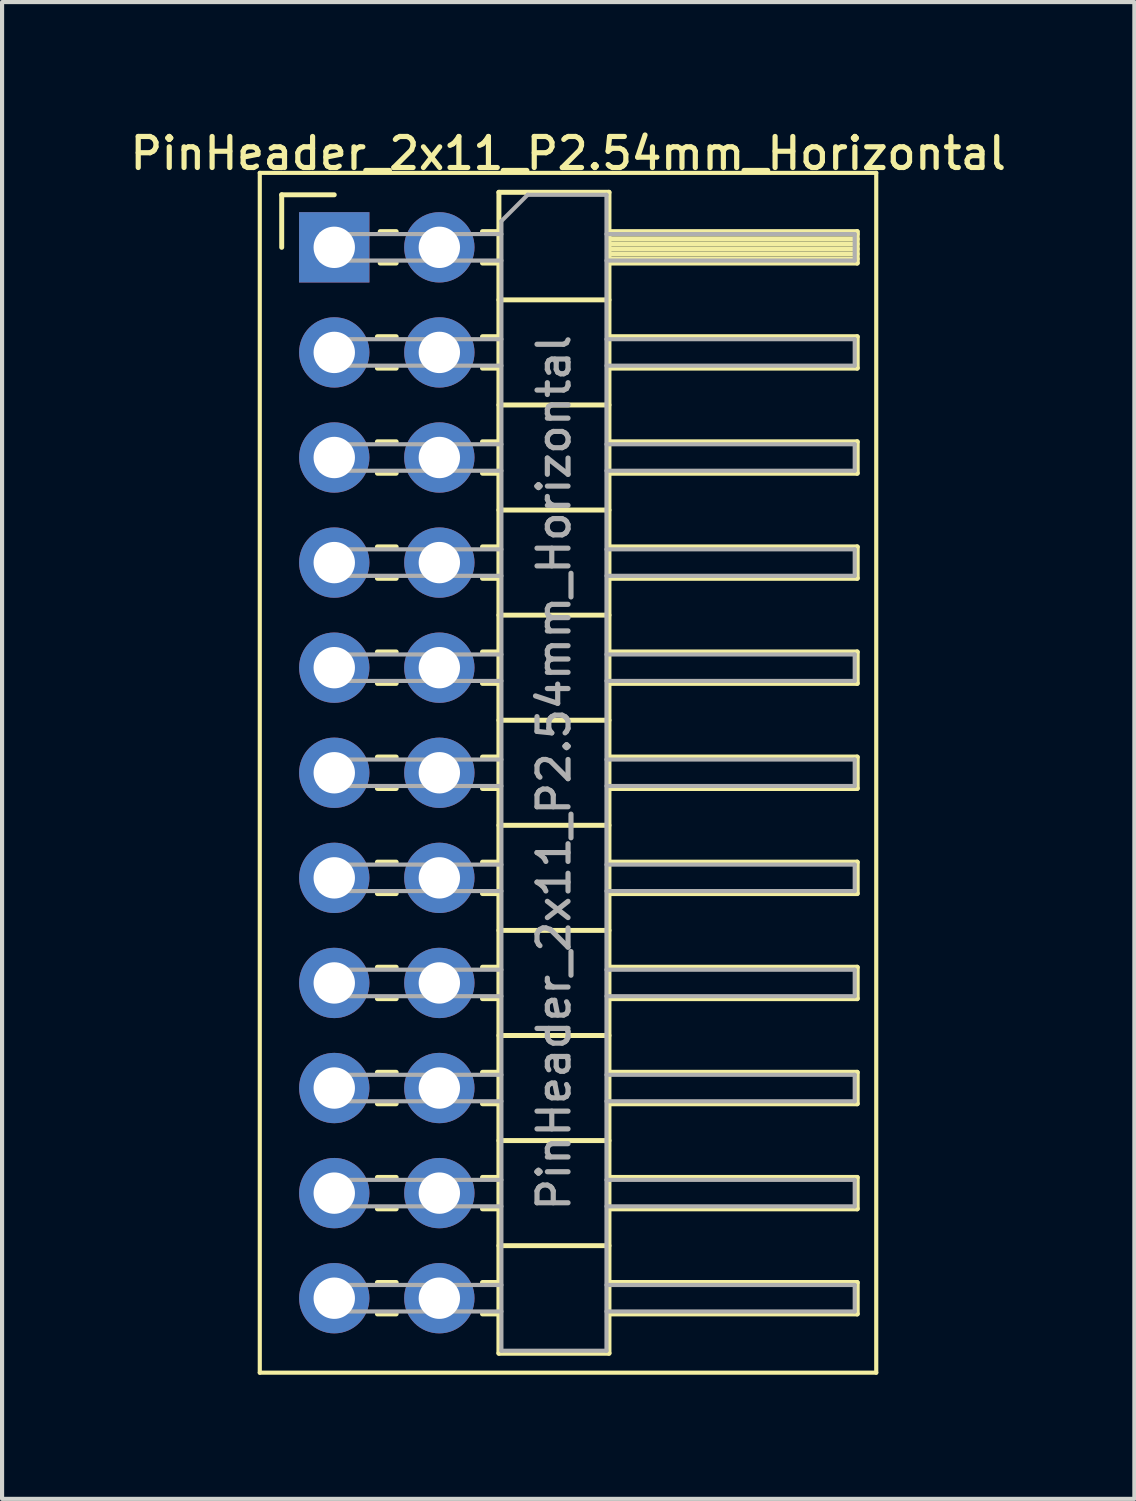
<source format=kicad_pcb>
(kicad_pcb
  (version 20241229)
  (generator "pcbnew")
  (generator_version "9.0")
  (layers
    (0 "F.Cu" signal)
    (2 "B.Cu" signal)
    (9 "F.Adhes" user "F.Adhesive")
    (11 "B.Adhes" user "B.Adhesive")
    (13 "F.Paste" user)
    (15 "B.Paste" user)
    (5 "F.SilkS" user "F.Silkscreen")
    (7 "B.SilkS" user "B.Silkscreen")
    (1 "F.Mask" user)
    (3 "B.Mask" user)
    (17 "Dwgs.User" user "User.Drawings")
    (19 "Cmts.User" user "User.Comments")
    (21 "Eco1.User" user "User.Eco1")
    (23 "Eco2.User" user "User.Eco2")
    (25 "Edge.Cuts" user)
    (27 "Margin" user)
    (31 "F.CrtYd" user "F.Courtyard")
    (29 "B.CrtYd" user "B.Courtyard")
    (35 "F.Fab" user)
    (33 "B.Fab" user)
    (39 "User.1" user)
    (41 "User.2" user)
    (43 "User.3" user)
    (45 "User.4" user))
  (footprint "PinHeader_2x11_P2.54mm_Horizontal"
    (layer "F.Cu")
    (at 5.029 2.928)
    (property "Reference" "PinHeader_2x11_P2.54mm_Horizontal" (at 5.655 -2.27 0) (layer "F.SilkS") (effects (font (size 0.75 0.75) (thickness 0.125))))
    (attr through_hole)
    (fp_line (start -1.8 -1.8) (end -1.8 27.2) (stroke (width 0.1) (type solid)) (layer "F.SilkS"))
    (fp_line (start -1.8 27.2) (end 13.1 27.2) (stroke (width 0.1) (type solid)) (layer "F.SilkS"))
    (fp_line (start -1.27 -1.27) (end 0 -1.27) (stroke (width 0.12) (type solid)) (layer "F.SilkS"))
    (fp_line (start -1.27 0) (end -1.27 -1.27) (stroke (width 0.12) (type solid)) (layer "F.SilkS"))
    (fp_line (start 1.043 2.16) (end 1.497 2.16) (stroke (width 0.12) (type solid)) (layer "F.SilkS"))
    (fp_line (start 1.043 2.92) (end 1.497 2.92) (stroke (width 0.12) (type solid)) (layer "F.SilkS"))
    (fp_line (start 1.043 4.7) (end 1.497 4.7) (stroke (width 0.12) (type solid)) (layer "F.SilkS"))
    (fp_line (start 1.043 5.46) (end 1.497 5.46) (stroke (width 0.12) (type solid)) (layer "F.SilkS"))
    (fp_line (start 1.043 7.24) (end 1.497 7.24) (stroke (width 0.12) (type solid)) (layer "F.SilkS"))
    (fp_line (start 1.043 8) (end 1.497 8) (stroke (width 0.12) (type solid)) (layer "F.SilkS"))
    (fp_line (start 1.043 9.78) (end 1.497 9.78) (stroke (width 0.12) (type solid)) (layer "F.SilkS"))
    (fp_line (start 1.043 10.54) (end 1.497 10.54) (stroke (width 0.12) (type solid)) (layer "F.SilkS"))
    (fp_line (start 1.043 12.32) (end 1.497 12.32) (stroke (width 0.12) (type solid)) (layer "F.SilkS"))
    (fp_line (start 1.043 13.08) (end 1.497 13.08) (stroke (width 0.12) (type solid)) (layer "F.SilkS"))
    (fp_line (start 1.043 14.86) (end 1.497 14.86) (stroke (width 0.12) (type solid)) (layer "F.SilkS"))
    (fp_line (start 1.043 15.62) (end 1.497 15.62) (stroke (width 0.12) (type solid)) (layer "F.SilkS"))
    (fp_line (start 1.043 17.4) (end 1.497 17.4) (stroke (width 0.12) (type solid)) (layer "F.SilkS"))
    (fp_line (start 1.043 18.16) (end 1.497 18.16) (stroke (width 0.12) (type solid)) (layer "F.SilkS"))
    (fp_line (start 1.043 19.94) (end 1.497 19.94) (stroke (width 0.12) (type solid)) (layer "F.SilkS"))
    (fp_line (start 1.043 20.7) (end 1.497 20.7) (stroke (width 0.12) (type solid)) (layer "F.SilkS"))
    (fp_line (start 1.043 22.48) (end 1.497 22.48) (stroke (width 0.12) (type solid)) (layer "F.SilkS"))
    (fp_line (start 1.043 23.24) (end 1.497 23.24) (stroke (width 0.12) (type solid)) (layer "F.SilkS"))
    (fp_line (start 1.043 25.02) (end 1.497 25.02) (stroke (width 0.12) (type solid)) (layer "F.SilkS"))
    (fp_line (start 1.043 25.78) (end 1.497 25.78) (stroke (width 0.12) (type solid)) (layer "F.SilkS"))
    (fp_line (start 1.11 -0.38) (end 1.497 -0.38) (stroke (width 0.12) (type solid)) (layer "F.SilkS"))
    (fp_line (start 1.11 0.38) (end 1.497 0.38) (stroke (width 0.12) (type solid)) (layer "F.SilkS"))
    (fp_line (start 3.583 -0.38) (end 3.98 -0.38) (stroke (width 0.12) (type solid)) (layer "F.SilkS"))
    (fp_line (start 3.583 0.38) (end 3.98 0.38) (stroke (width 0.12) (type solid)) (layer "F.SilkS"))
    (fp_line (start 3.583 2.16) (end 3.98 2.16) (stroke (width 0.12) (type solid)) (layer "F.SilkS"))
    (fp_line (start 3.583 2.92) (end 3.98 2.92) (stroke (width 0.12) (type solid)) (layer "F.SilkS"))
    (fp_line (start 3.583 4.7) (end 3.98 4.7) (stroke (width 0.12) (type solid)) (layer "F.SilkS"))
    (fp_line (start 3.583 5.46) (end 3.98 5.46) (stroke (width 0.12) (type solid)) (layer "F.SilkS"))
    (fp_line (start 3.583 7.24) (end 3.98 7.24) (stroke (width 0.12) (type solid)) (layer "F.SilkS"))
    (fp_line (start 3.583 8) (end 3.98 8) (stroke (width 0.12) (type solid)) (layer "F.SilkS"))
    (fp_line (start 3.583 9.78) (end 3.98 9.78) (stroke (width 0.12) (type solid)) (layer "F.SilkS"))
    (fp_line (start 3.583 10.54) (end 3.98 10.54) (stroke (width 0.12) (type solid)) (layer "F.SilkS"))
    (fp_line (start 3.583 12.32) (end 3.98 12.32) (stroke (width 0.12) (type solid)) (layer "F.SilkS"))
    (fp_line (start 3.583 13.08) (end 3.98 13.08) (stroke (width 0.12) (type solid)) (layer "F.SilkS"))
    (fp_line (start 3.583 14.86) (end 3.98 14.86) (stroke (width 0.12) (type solid)) (layer "F.SilkS"))
    (fp_line (start 3.583 15.62) (end 3.98 15.62) (stroke (width 0.12) (type solid)) (layer "F.SilkS"))
    (fp_line (start 3.583 17.4) (end 3.98 17.4) (stroke (width 0.12) (type solid)) (layer "F.SilkS"))
    (fp_line (start 3.583 18.16) (end 3.98 18.16) (stroke (width 0.12) (type solid)) (layer "F.SilkS"))
    (fp_line (start 3.583 19.94) (end 3.98 19.94) (stroke (width 0.12) (type solid)) (layer "F.SilkS"))
    (fp_line (start 3.583 20.7) (end 3.98 20.7) (stroke (width 0.12) (type solid)) (layer "F.SilkS"))
    (fp_line (start 3.583 22.48) (end 3.98 22.48) (stroke (width 0.12) (type solid)) (layer "F.SilkS"))
    (fp_line (start 3.583 23.24) (end 3.98 23.24) (stroke (width 0.12) (type solid)) (layer "F.SilkS"))
    (fp_line (start 3.583 25.02) (end 3.98 25.02) (stroke (width 0.12) (type solid)) (layer "F.SilkS"))
    (fp_line (start 3.583 25.78) (end 3.98 25.78) (stroke (width 0.12) (type solid)) (layer "F.SilkS"))
    (fp_line (start 3.98 -1.33) (end 3.98 26.73) (stroke (width 0.12) (type solid)) (layer "F.SilkS"))
    (fp_line (start 3.98 1.27) (end 6.64 1.27) (stroke (width 0.12) (type solid)) (layer "F.SilkS"))
    (fp_line (start 3.98 3.81) (end 6.64 3.81) (stroke (width 0.12) (type solid)) (layer "F.SilkS"))
    (fp_line (start 3.98 6.35) (end 6.64 6.35) (stroke (width 0.12) (type solid)) (layer "F.SilkS"))
    (fp_line (start 3.98 8.89) (end 6.64 8.89) (stroke (width 0.12) (type solid)) (layer "F.SilkS"))
    (fp_line (start 3.98 11.43) (end 6.64 11.43) (stroke (width 0.12) (type solid)) (layer "F.SilkS"))
    (fp_line (start 3.98 13.97) (end 6.64 13.97) (stroke (width 0.12) (type solid)) (layer "F.SilkS"))
    (fp_line (start 3.98 16.51) (end 6.64 16.51) (stroke (width 0.12) (type solid)) (layer "F.SilkS"))
    (fp_line (start 3.98 19.05) (end 6.64 19.05) (stroke (width 0.12) (type solid)) (layer "F.SilkS"))
    (fp_line (start 3.98 21.59) (end 6.64 21.59) (stroke (width 0.12) (type solid)) (layer "F.SilkS"))
    (fp_line (start 3.98 24.13) (end 6.64 24.13) (stroke (width 0.12) (type solid)) (layer "F.SilkS"))
    (fp_line (start 3.98 26.73) (end 6.64 26.73) (stroke (width 0.12) (type solid)) (layer "F.SilkS"))
    (fp_line (start 6.64 -1.33) (end 3.98 -1.33) (stroke (width 0.12) (type solid)) (layer "F.SilkS"))
    (fp_line (start 6.64 -0.38) (end 12.64 -0.38) (stroke (width 0.12) (type solid)) (layer "F.SilkS"))
    (fp_line (start 6.64 -0.32) (end 12.64 -0.32) (stroke (width 0.12) (type solid)) (layer "F.SilkS"))
    (fp_line (start 6.64 -0.2) (end 12.64 -0.2) (stroke (width 0.12) (type solid)) (layer "F.SilkS"))
    (fp_line (start 6.64 -0.08) (end 12.64 -0.08) (stroke (width 0.12) (type solid)) (layer "F.SilkS"))
    (fp_line (start 6.64 0.04) (end 12.64 0.04) (stroke (width 0.12) (type solid)) (layer "F.SilkS"))
    (fp_line (start 6.64 0.16) (end 12.64 0.16) (stroke (width 0.12) (type solid)) (layer "F.SilkS"))
    (fp_line (start 6.64 0.28) (end 12.64 0.28) (stroke (width 0.12) (type solid)) (layer "F.SilkS"))
    (fp_line (start 6.64 2.16) (end 12.64 2.16) (stroke (width 0.12) (type solid)) (layer "F.SilkS"))
    (fp_line (start 6.64 4.7) (end 12.64 4.7) (stroke (width 0.12) (type solid)) (layer "F.SilkS"))
    (fp_line (start 6.64 7.24) (end 12.64 7.24) (stroke (width 0.12) (type solid)) (layer "F.SilkS"))
    (fp_line (start 6.64 9.78) (end 12.64 9.78) (stroke (width 0.12) (type solid)) (layer "F.SilkS"))
    (fp_line (start 6.64 12.32) (end 12.64 12.32) (stroke (width 0.12) (type solid)) (layer "F.SilkS"))
    (fp_line (start 6.64 14.86) (end 12.64 14.86) (stroke (width 0.12) (type solid)) (layer "F.SilkS"))
    (fp_line (start 6.64 17.4) (end 12.64 17.4) (stroke (width 0.12) (type solid)) (layer "F.SilkS"))
    (fp_line (start 6.64 19.94) (end 12.64 19.94) (stroke (width 0.12) (type solid)) (layer "F.SilkS"))
    (fp_line (start 6.64 22.48) (end 12.64 22.48) (stroke (width 0.12) (type solid)) (layer "F.SilkS"))
    (fp_line (start 6.64 25.02) (end 12.64 25.02) (stroke (width 0.12) (type solid)) (layer "F.SilkS"))
    (fp_line (start 6.64 26.73) (end 6.64 -1.33) (stroke (width 0.12) (type solid)) (layer "F.SilkS"))
    (fp_line (start 12.64 -0.38) (end 12.64 0.38) (stroke (width 0.12) (type solid)) (layer "F.SilkS"))
    (fp_line (start 12.64 0.38) (end 6.64 0.38) (stroke (width 0.12) (type solid)) (layer "F.SilkS"))
    (fp_line (start 12.64 2.16) (end 12.64 2.92) (stroke (width 0.12) (type solid)) (layer "F.SilkS"))
    (fp_line (start 12.64 2.92) (end 6.64 2.92) (stroke (width 0.12) (type solid)) (layer "F.SilkS"))
    (fp_line (start 12.64 4.7) (end 12.64 5.46) (stroke (width 0.12) (type solid)) (layer "F.SilkS"))
    (fp_line (start 12.64 5.46) (end 6.64 5.46) (stroke (width 0.12) (type solid)) (layer "F.SilkS"))
    (fp_line (start 12.64 7.24) (end 12.64 8) (stroke (width 0.12) (type solid)) (layer "F.SilkS"))
    (fp_line (start 12.64 8) (end 6.64 8) (stroke (width 0.12) (type solid)) (layer "F.SilkS"))
    (fp_line (start 12.64 9.78) (end 12.64 10.54) (stroke (width 0.12) (type solid)) (layer "F.SilkS"))
    (fp_line (start 12.64 10.54) (end 6.64 10.54) (stroke (width 0.12) (type solid)) (layer "F.SilkS"))
    (fp_line (start 12.64 12.32) (end 12.64 13.08) (stroke (width 0.12) (type solid)) (layer "F.SilkS"))
    (fp_line (start 12.64 13.08) (end 6.64 13.08) (stroke (width 0.12) (type solid)) (layer "F.SilkS"))
    (fp_line (start 12.64 14.86) (end 12.64 15.62) (stroke (width 0.12) (type solid)) (layer "F.SilkS"))
    (fp_line (start 12.64 15.62) (end 6.64 15.62) (stroke (width 0.12) (type solid)) (layer "F.SilkS"))
    (fp_line (start 12.64 17.4) (end 12.64 18.16) (stroke (width 0.12) (type solid)) (layer "F.SilkS"))
    (fp_line (start 12.64 18.16) (end 6.64 18.16) (stroke (width 0.12) (type solid)) (layer "F.SilkS"))
    (fp_line (start 12.64 19.94) (end 12.64 20.7) (stroke (width 0.12) (type solid)) (layer "F.SilkS"))
    (fp_line (start 12.64 20.7) (end 6.64 20.7) (stroke (width 0.12) (type solid)) (layer "F.SilkS"))
    (fp_line (start 12.64 22.48) (end 12.64 23.24) (stroke (width 0.12) (type solid)) (layer "F.SilkS"))
    (fp_line (start 12.64 23.24) (end 6.64 23.24) (stroke (width 0.12) (type solid)) (layer "F.SilkS"))
    (fp_line (start 12.64 25.02) (end 12.64 25.78) (stroke (width 0.12) (type solid)) (layer "F.SilkS"))
    (fp_line (start 12.64 25.78) (end 6.64 25.78) (stroke (width 0.12) (type solid)) (layer "F.SilkS"))
    (fp_line (start 13.1 -1.8) (end -1.8 -1.8) (stroke (width 0.1) (type solid)) (layer "F.SilkS"))
    (fp_line (start 13.1 27.2) (end 13.1 -1.8) (stroke (width 0.1) (type solid)) (layer "F.SilkS"))
    (fp_line (start -0.32 -0.32) (end -0.32 0.32) (stroke (width 0.1) (type solid)) (layer "F.Fab"))
    (fp_line (start -0.32 -0.32) (end 4.04 -0.32) (stroke (width 0.1) (type solid)) (layer "F.Fab"))
    (fp_line (start -0.32 0.32) (end 4.04 0.32) (stroke (width 0.1) (type solid)) (layer "F.Fab"))
    (fp_line (start -0.32 2.22) (end -0.32 2.86) (stroke (width 0.1) (type solid)) (layer "F.Fab"))
    (fp_line (start -0.32 2.22) (end 4.04 2.22) (stroke (width 0.1) (type solid)) (layer "F.Fab"))
    (fp_line (start -0.32 2.86) (end 4.04 2.86) (stroke (width 0.1) (type solid)) (layer "F.Fab"))
    (fp_line (start -0.32 4.76) (end -0.32 5.4) (stroke (width 0.1) (type solid)) (layer "F.Fab"))
    (fp_line (start -0.32 4.76) (end 4.04 4.76) (stroke (width 0.1) (type solid)) (layer "F.Fab"))
    (fp_line (start -0.32 5.4) (end 4.04 5.4) (stroke (width 0.1) (type solid)) (layer "F.Fab"))
    (fp_line (start -0.32 7.3) (end -0.32 7.94) (stroke (width 0.1) (type solid)) (layer "F.Fab"))
    (fp_line (start -0.32 7.3) (end 4.04 7.3) (stroke (width 0.1) (type solid)) (layer "F.Fab"))
    (fp_line (start -0.32 7.94) (end 4.04 7.94) (stroke (width 0.1) (type solid)) (layer "F.Fab"))
    (fp_line (start -0.32 9.84) (end -0.32 10.48) (stroke (width 0.1) (type solid)) (layer "F.Fab"))
    (fp_line (start -0.32 9.84) (end 4.04 9.84) (stroke (width 0.1) (type solid)) (layer "F.Fab"))
    (fp_line (start -0.32 10.48) (end 4.04 10.48) (stroke (width 0.1) (type solid)) (layer "F.Fab"))
    (fp_line (start -0.32 12.38) (end -0.32 13.02) (stroke (width 0.1) (type solid)) (layer "F.Fab"))
    (fp_line (start -0.32 12.38) (end 4.04 12.38) (stroke (width 0.1) (type solid)) (layer "F.Fab"))
    (fp_line (start -0.32 13.02) (end 4.04 13.02) (stroke (width 0.1) (type solid)) (layer "F.Fab"))
    (fp_line (start -0.32 14.92) (end -0.32 15.56) (stroke (width 0.1) (type solid)) (layer "F.Fab"))
    (fp_line (start -0.32 14.92) (end 4.04 14.92) (stroke (width 0.1) (type solid)) (layer "F.Fab"))
    (fp_line (start -0.32 15.56) (end 4.04 15.56) (stroke (width 0.1) (type solid)) (layer "F.Fab"))
    (fp_line (start -0.32 17.46) (end -0.32 18.1) (stroke (width 0.1) (type solid)) (layer "F.Fab"))
    (fp_line (start -0.32 17.46) (end 4.04 17.46) (stroke (width 0.1) (type solid)) (layer "F.Fab"))
    (fp_line (start -0.32 18.1) (end 4.04 18.1) (stroke (width 0.1) (type solid)) (layer "F.Fab"))
    (fp_line (start -0.32 20) (end -0.32 20.64) (stroke (width 0.1) (type solid)) (layer "F.Fab"))
    (fp_line (start -0.32 20) (end 4.04 20) (stroke (width 0.1) (type solid)) (layer "F.Fab"))
    (fp_line (start -0.32 20.64) (end 4.04 20.64) (stroke (width 0.1) (type solid)) (layer "F.Fab"))
    (fp_line (start -0.32 22.54) (end -0.32 23.18) (stroke (width 0.1) (type solid)) (layer "F.Fab"))
    (fp_line (start -0.32 22.54) (end 4.04 22.54) (stroke (width 0.1) (type solid)) (layer "F.Fab"))
    (fp_line (start -0.32 23.18) (end 4.04 23.18) (stroke (width 0.1) (type solid)) (layer "F.Fab"))
    (fp_line (start -0.32 25.08) (end -0.32 25.72) (stroke (width 0.1) (type solid)) (layer "F.Fab"))
    (fp_line (start -0.32 25.08) (end 4.04 25.08) (stroke (width 0.1) (type solid)) (layer "F.Fab"))
    (fp_line (start -0.32 25.72) (end 4.04 25.72) (stroke (width 0.1) (type solid)) (layer "F.Fab"))
    (fp_line (start 4.04 -0.635) (end 4.675 -1.27) (stroke (width 0.1) (type solid)) (layer "F.Fab"))
    (fp_line (start 4.04 26.67) (end 4.04 -0.635) (stroke (width 0.1) (type solid)) (layer "F.Fab"))
    (fp_line (start 4.675 -1.27) (end 6.58 -1.27) (stroke (width 0.1) (type solid)) (layer "F.Fab"))
    (fp_line (start 6.58 -1.27) (end 6.58 26.67) (stroke (width 0.1) (type solid)) (layer "F.Fab"))
    (fp_line (start 6.58 -0.32) (end 12.58 -0.32) (stroke (width 0.1) (type solid)) (layer "F.Fab"))
    (fp_line (start 6.58 0.32) (end 12.58 0.32) (stroke (width 0.1) (type solid)) (layer "F.Fab"))
    (fp_line (start 6.58 2.22) (end 12.58 2.22) (stroke (width 0.1) (type solid)) (layer "F.Fab"))
    (fp_line (start 6.58 2.86) (end 12.58 2.86) (stroke (width 0.1) (type solid)) (layer "F.Fab"))
    (fp_line (start 6.58 4.76) (end 12.58 4.76) (stroke (width 0.1) (type solid)) (layer "F.Fab"))
    (fp_line (start 6.58 5.4) (end 12.58 5.4) (stroke (width 0.1) (type solid)) (layer "F.Fab"))
    (fp_line (start 6.58 7.3) (end 12.58 7.3) (stroke (width 0.1) (type solid)) (layer "F.Fab"))
    (fp_line (start 6.58 7.94) (end 12.58 7.94) (stroke (width 0.1) (type solid)) (layer "F.Fab"))
    (fp_line (start 6.58 9.84) (end 12.58 9.84) (stroke (width 0.1) (type solid)) (layer "F.Fab"))
    (fp_line (start 6.58 10.48) (end 12.58 10.48) (stroke (width 0.1) (type solid)) (layer "F.Fab"))
    (fp_line (start 6.58 12.38) (end 12.58 12.38) (stroke (width 0.1) (type solid)) (layer "F.Fab"))
    (fp_line (start 6.58 13.02) (end 12.58 13.02) (stroke (width 0.1) (type solid)) (layer "F.Fab"))
    (fp_line (start 6.58 14.92) (end 12.58 14.92) (stroke (width 0.1) (type solid)) (layer "F.Fab"))
    (fp_line (start 6.58 15.56) (end 12.58 15.56) (stroke (width 0.1) (type solid)) (layer "F.Fab"))
    (fp_line (start 6.58 17.46) (end 12.58 17.46) (stroke (width 0.1) (type solid)) (layer "F.Fab"))
    (fp_line (start 6.58 18.1) (end 12.58 18.1) (stroke (width 0.1) (type solid)) (layer "F.Fab"))
    (fp_line (start 6.58 20) (end 12.58 20) (stroke (width 0.1) (type solid)) (layer "F.Fab"))
    (fp_line (start 6.58 20.64) (end 12.58 20.64) (stroke (width 0.1) (type solid)) (layer "F.Fab"))
    (fp_line (start 6.58 22.54) (end 12.58 22.54) (stroke (width 0.1) (type solid)) (layer "F.Fab"))
    (fp_line (start 6.58 23.18) (end 12.58 23.18) (stroke (width 0.1) (type solid)) (layer "F.Fab"))
    (fp_line (start 6.58 25.08) (end 12.58 25.08) (stroke (width 0.1) (type solid)) (layer "F.Fab"))
    (fp_line (start 6.58 25.72) (end 12.58 25.72) (stroke (width 0.1) (type solid)) (layer "F.Fab"))
    (fp_line (start 6.58 26.67) (end 4.04 26.67) (stroke (width 0.1) (type solid)) (layer "F.Fab"))
    (fp_line (start 12.58 -0.32) (end 12.58 0.32) (stroke (width 0.1) (type solid)) (layer "F.Fab"))
    (fp_line (start 12.58 2.22) (end 12.58 2.86) (stroke (width 0.1) (type solid)) (layer "F.Fab"))
    (fp_line (start 12.58 4.76) (end 12.58 5.4) (stroke (width 0.1) (type solid)) (layer "F.Fab"))
    (fp_line (start 12.58 7.3) (end 12.58 7.94) (stroke (width 0.1) (type solid)) (layer "F.Fab"))
    (fp_line (start 12.58 9.84) (end 12.58 10.48) (stroke (width 0.1) (type solid)) (layer "F.Fab"))
    (fp_line (start 12.58 12.38) (end 12.58 13.02) (stroke (width 0.1) (type solid)) (layer "F.Fab"))
    (fp_line (start 12.58 14.92) (end 12.58 15.56) (stroke (width 0.1) (type solid)) (layer "F.Fab"))
    (fp_line (start 12.58 17.46) (end 12.58 18.1) (stroke (width 0.1) (type solid)) (layer "F.Fab"))
    (fp_line (start 12.58 20) (end 12.58 20.64) (stroke (width 0.1) (type solid)) (layer "F.Fab"))
    (fp_line (start 12.58 22.54) (end 12.58 23.18) (stroke (width 0.1) (type solid)) (layer "F.Fab"))
    (fp_line (start 12.58 25.08) (end 12.58 25.72) (stroke (width 0.1) (type solid)) (layer "F.Fab"))
    (fp_text user "${REFERENCE}" (at 5.31 12.7 90) (layer "F.Fab") (effects (font (size 0.75 0.75) (thickness 0.125))))
    (pad "1" thru_hole rect (at 0 0) (size 1.7 1.7) (drill 1) (layers "*.Cu" "*.Mask"))
    (pad "2" thru_hole oval (at 2.54 0) (size 1.7 1.7) (drill 1) (layers "*.Cu" "*.Mask"))
    (pad "3" thru_hole oval (at 0 2.54) (size 1.7 1.7) (drill 1) (layers "*.Cu" "*.Mask"))
    (pad "4" thru_hole oval (at 2.54 2.54) (size 1.7 1.7) (drill 1) (layers "*.Cu" "*.Mask"))
    (pad "5" thru_hole oval (at 0 5.08) (size 1.7 1.7) (drill 1) (layers "*.Cu" "*.Mask"))
    (pad "6" thru_hole oval (at 2.54 5.08) (size 1.7 1.7) (drill 1) (layers "*.Cu" "*.Mask"))
    (pad "7" thru_hole oval (at 0 7.62) (size 1.7 1.7) (drill 1) (layers "*.Cu" "*.Mask"))
    (pad "8" thru_hole oval (at 2.54 7.62) (size 1.7 1.7) (drill 1) (layers "*.Cu" "*.Mask"))
    (pad "9" thru_hole oval (at 0 10.16) (size 1.7 1.7) (drill 1) (layers "*.Cu" "*.Mask"))
    (pad "10" thru_hole oval (at 2.54 10.16) (size 1.7 1.7) (drill 1) (layers "*.Cu" "*.Mask"))
    (pad "11" thru_hole oval (at 0 12.7) (size 1.7 1.7) (drill 1) (layers "*.Cu" "*.Mask"))
    (pad "12" thru_hole oval (at 2.54 12.7) (size 1.7 1.7) (drill 1) (layers "*.Cu" "*.Mask"))
    (pad "13" thru_hole oval (at 0 15.24) (size 1.7 1.7) (drill 1) (layers "*.Cu" "*.Mask"))
    (pad "14" thru_hole oval (at 2.54 15.24) (size 1.7 1.7) (drill 1) (layers "*.Cu" "*.Mask"))
    (pad "15" thru_hole oval (at 0 17.78) (size 1.7 1.7) (drill 1) (layers "*.Cu" "*.Mask"))
    (pad "16" thru_hole oval (at 2.54 17.78) (size 1.7 1.7) (drill 1) (layers "*.Cu" "*.Mask"))
    (pad "17" thru_hole oval (at 0 20.32) (size 1.7 1.7) (drill 1) (layers "*.Cu" "*.Mask"))
    (pad "18" thru_hole oval (at 2.54 20.32) (size 1.7 1.7) (drill 1) (layers "*.Cu" "*.Mask"))
    (pad "19" thru_hole oval (at 0 22.86) (size 1.7 1.7) (drill 1) (layers "*.Cu" "*.Mask"))
    (pad "20" thru_hole oval (at 2.54 22.86) (size 1.7 1.7) (drill 1) (layers "*.Cu" "*.Mask"))
    (pad "21" thru_hole oval (at 0 25.4) (size 1.7 1.7) (drill 1) (layers "*.Cu" "*.Mask"))
    (pad "22" thru_hole oval (at 2.54 25.4) (size 1.7 1.7) (drill 1) (layers "*.Cu" "*.Mask")))
  (gr_rect
    (start -3 -3)
    (end 24.368 33.178)
    (stroke (width 0.1) (type default))
    (fill no)
    (layer "Edge.Cuts")))
</source>
